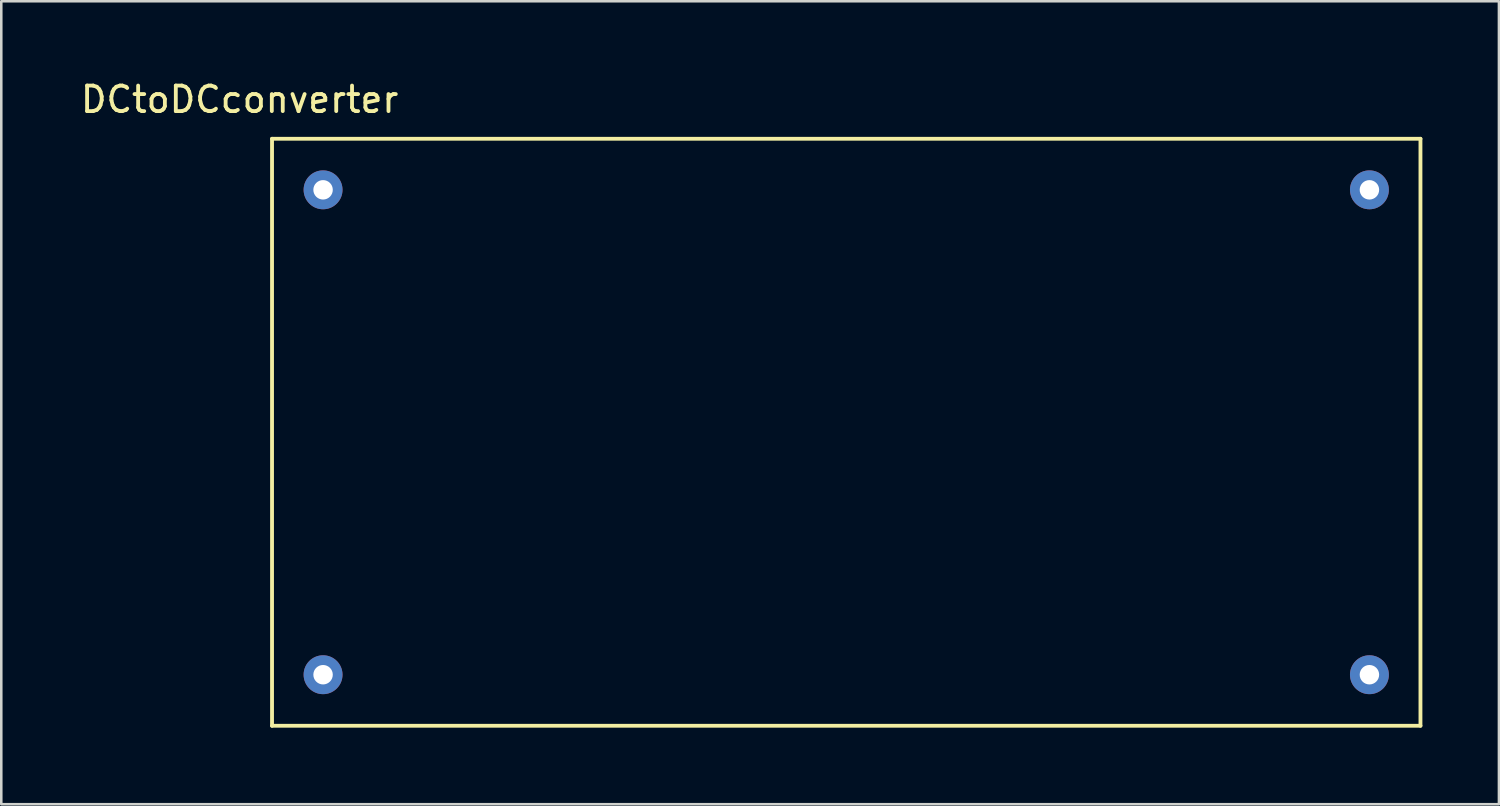
<source format=kicad_pcb>
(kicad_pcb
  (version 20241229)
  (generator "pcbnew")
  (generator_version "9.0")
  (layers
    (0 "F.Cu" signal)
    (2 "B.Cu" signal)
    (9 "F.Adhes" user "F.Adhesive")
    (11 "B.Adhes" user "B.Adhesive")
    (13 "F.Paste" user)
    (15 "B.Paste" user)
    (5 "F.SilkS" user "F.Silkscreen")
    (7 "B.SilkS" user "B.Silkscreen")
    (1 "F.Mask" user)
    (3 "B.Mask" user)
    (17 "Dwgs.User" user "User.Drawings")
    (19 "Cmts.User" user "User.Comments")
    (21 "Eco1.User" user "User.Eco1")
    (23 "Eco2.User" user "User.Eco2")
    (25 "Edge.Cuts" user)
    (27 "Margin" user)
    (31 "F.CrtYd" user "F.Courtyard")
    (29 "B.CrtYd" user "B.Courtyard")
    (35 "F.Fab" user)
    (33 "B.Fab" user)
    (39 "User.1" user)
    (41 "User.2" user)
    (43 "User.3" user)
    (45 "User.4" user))
  (footprint "DCtoDCconverter"
    (layer "F.Cu")
    (at 7.609 3.388)
    (property "Reference" "DCtoDCconverter" (at -1.27 -2.54 0) (layer "F.SilkS") (effects (font (size 1 1) (thickness 0.15))))
    (attr through_hole)
    (fp_line (start 0 -1) (end 45 -1) (stroke (width 0.15) (type solid)) (layer "F.SilkS"))
    (fp_line (start 0 22) (end 0 -1) (stroke (width 0.15) (type solid)) (layer "F.SilkS"))
    (fp_line (start 45 -1) (end 45 22) (stroke (width 0.15) (type solid)) (layer "F.SilkS"))
    (fp_line (start 45 22) (end 0 22) (stroke (width 0.15) (type solid)) (layer "F.SilkS"))
    (pad "1" thru_hole circle (at 2 1) (size 1.524 1.524) (drill 0.762) (layers "*.Cu" "*.Mask"))
    (pad "2" thru_hole circle (at 2 20) (size 1.524 1.524) (drill 0.762) (layers "*.Cu" "*.Mask"))
    (pad "3" thru_hole circle (at 43 20) (size 1.524 1.524) (drill 0.762) (layers "*.Cu" "*.Mask"))
    (pad "4" thru_hole circle (at 43 1) (size 1.524 1.524) (drill 0.762) (layers "*.Cu" "*.Mask")))
  (gr_rect
    (start -3 -3)
    (end 55.684 28.463)
    (stroke (width 0.1) (type default))
    (fill no)
    (layer "Edge.Cuts")))
</source>
